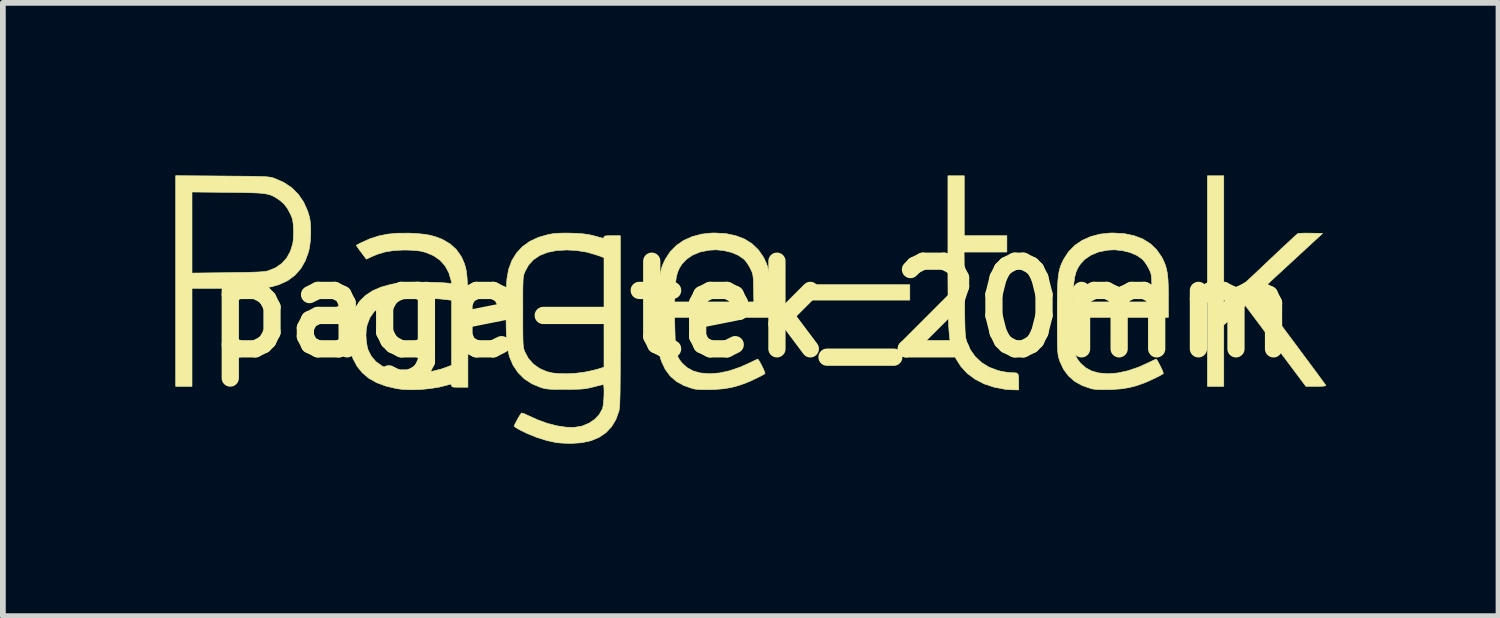
<source format=kicad_pcb>
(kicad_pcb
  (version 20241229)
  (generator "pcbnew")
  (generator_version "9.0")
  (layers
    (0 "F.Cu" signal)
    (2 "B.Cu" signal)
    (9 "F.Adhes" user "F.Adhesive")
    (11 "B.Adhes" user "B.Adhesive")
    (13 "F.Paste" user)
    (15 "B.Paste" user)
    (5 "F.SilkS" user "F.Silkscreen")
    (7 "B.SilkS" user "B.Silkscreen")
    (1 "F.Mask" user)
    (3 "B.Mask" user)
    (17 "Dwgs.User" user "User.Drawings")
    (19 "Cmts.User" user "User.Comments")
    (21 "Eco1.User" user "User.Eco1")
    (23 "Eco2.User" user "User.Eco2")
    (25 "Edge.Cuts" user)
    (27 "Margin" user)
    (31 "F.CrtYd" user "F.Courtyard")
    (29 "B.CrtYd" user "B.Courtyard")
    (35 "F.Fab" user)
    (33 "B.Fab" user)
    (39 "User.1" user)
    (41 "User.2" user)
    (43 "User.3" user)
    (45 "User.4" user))
  (footprint "page-tek_20mm"
    (layer "F.Cu")
    (at 10.026 2.327)
    (property "Reference" "page-tek_20mm" (at 0 0 0) (layer "F.SilkS") (effects (font (size 1.524 1.524) (thickness 0.3))))
    (attr through_hole)
    (fp_poly (pts (xy 2.746 -0.158) (xy 0.994 -0.158) (xy 0.994 -0.426) (xy 2.746 -0.426) (xy 2.746 -0.158)) (stroke (width 0.01) (type solid)) (fill yes) (layer "F.SilkS"))
    (fp_poly (pts (xy 8.206 -0.123) (xy 8.312 -0.218) (xy 8.373 -0.272) (xy 8.443 -0.336) (xy 8.524 -0.41) (xy 8.618 -0.497) (xy 8.727 -0.599) (xy 8.854 -0.718) (xy 8.999 -0.856) (xy 9.104 -0.955) (xy 9.194 -1.04) (xy 9.278 -1.118) (xy 9.352 -1.187) (xy 9.413 -1.244) (xy 9.459 -1.285) (xy 9.487 -1.309) (xy 9.493 -1.314) (xy 9.516 -1.319) (xy 9.564 -1.321) (xy 9.631 -1.323) (xy 9.708 -1.322) (xy 9.72 -1.322) (xy 9.925 -1.318) (xy 8.794 -0.276) (xy 8.829 -0.229) (xy 8.844 -0.208) (xy 8.877 -0.164) (xy 8.925 -0.099) (xy 8.986 -0.017) (xy 9.06 0.082) (xy 9.143 0.193) (xy 9.234 0.316) (xy 9.331 0.447) (xy 9.416 0.56) (xy 9.516 0.695) (xy 9.611 0.823) (xy 9.699 0.941) (xy 9.778 1.048) (xy 9.846 1.14) (xy 9.902 1.216) (xy 9.944 1.273) (xy 9.97 1.309) (xy 9.979 1.322) (xy 9.978 1.33) (xy 9.958 1.336) (xy 9.915 1.34) (xy 9.847 1.341) (xy 9.812 1.341) (xy 9.634 1.341) (xy 8.582 -0.062) (xy 8.206 0.274) (xy 8.206 1.341) (xy 7.922 1.341) (xy 7.922 -2.32) (xy 8.206 -2.32) (xy 8.206 -0.123)) (stroke (width 0.01) (type solid)) (fill yes) (layer "F.SilkS"))
    (fp_poly (pts (xy 3.693 -1.278) (xy 4.434 -1.278) (xy 4.434 -0.994) (xy 3.69 -0.994) (xy 3.697 -0.264) (xy 3.699 -0.092) (xy 3.7 0.052) (xy 3.702 0.17) (xy 3.704 0.266) (xy 3.706 0.342) (xy 3.709 0.402) (xy 3.713 0.449) (xy 3.717 0.486) (xy 3.723 0.516) (xy 3.729 0.541) (xy 3.735 0.561) (xy 3.798 0.704) (xy 3.885 0.827) (xy 3.994 0.929) (xy 4.125 1.009) (xy 4.277 1.066) (xy 4.339 1.081) (xy 4.407 1.093) (xy 4.473 1.102) (xy 4.521 1.105) (xy 4.575 1.106) (xy 4.609 1.113) (xy 4.628 1.132) (xy 4.637 1.169) (xy 4.639 1.229) (xy 4.64 1.264) (xy 4.64 1.404) (xy 4.549 1.402) (xy 4.489 1.4) (xy 4.435 1.396) (xy 4.411 1.394) (xy 4.214 1.357) (xy 4.037 1.298) (xy 3.881 1.217) (xy 3.746 1.117) (xy 3.635 0.996) (xy 3.553 0.868) (xy 3.53 0.822) (xy 3.509 0.777) (xy 3.491 0.732) (xy 3.475 0.685) (xy 3.462 0.633) (xy 3.45 0.574) (xy 3.44 0.506) (xy 3.432 0.428) (xy 3.425 0.336) (xy 3.42 0.229) (xy 3.416 0.105) (xy 3.413 -0.038) (xy 3.411 -0.203) (xy 3.41 -0.391) (xy 3.409 -0.606) (xy 3.409 -0.848) (xy 3.409 -1.053) (xy 3.409 -2.32) (xy 3.693 -2.32) (xy 3.693 -1.278)) (stroke (width 0.01) (type solid)) (fill yes) (layer "F.SilkS"))
    (fp_poly (pts (xy -9.212 -2.316) (xy -9.031 -2.314) (xy -8.879 -2.313) (xy -8.752 -2.312) (xy -8.649 -2.31) (xy -8.565 -2.308) (xy -8.499 -2.306) (xy -8.447 -2.303) (xy -8.407 -2.299) (xy -8.375 -2.295) (xy -8.349 -2.289) (xy -8.326 -2.283) (xy -8.304 -2.276) (xy -8.142 -2.205) (xy -8.004 -2.113) (xy -7.888 -1.998) (xy -7.795 -1.862) (xy -7.725 -1.705) (xy -7.692 -1.595) (xy -7.679 -1.511) (xy -7.673 -1.407) (xy -7.673 -1.293) (xy -7.68 -1.178) (xy -7.694 -1.074) (xy -7.709 -1.002) (xy -7.767 -0.842) (xy -7.846 -0.705) (xy -7.947 -0.591) (xy -8.07 -0.499) (xy -8.215 -0.431) (xy -8.334 -0.395) (xy -8.369 -0.387) (xy -8.405 -0.38) (xy -8.444 -0.375) (xy -8.491 -0.371) (xy -8.548 -0.368) (xy -8.619 -0.366) (xy -8.708 -0.364) (xy -8.818 -0.364) (xy -8.953 -0.363) (xy -9.102 -0.363) (xy -9.737 -0.363) (xy -9.737 1.341) (xy -10.021 1.341) (xy -10.021 -0.628) (xy -9.737 -0.628) (xy -9.117 -0.635) (xy -8.95 -0.638) (xy -8.811 -0.64) (xy -8.698 -0.643) (xy -8.608 -0.646) (xy -8.537 -0.65) (xy -8.484 -0.655) (xy -8.445 -0.66) (xy -8.419 -0.666) (xy -8.286 -0.719) (xy -8.177 -0.794) (xy -8.09 -0.89) (xy -8.025 -1.009) (xy -7.985 -1.138) (xy -7.976 -1.202) (xy -7.971 -1.286) (xy -7.971 -1.38) (xy -7.972 -1.39) (xy -7.976 -1.47) (xy -7.983 -1.53) (xy -7.994 -1.578) (xy -8.013 -1.627) (xy -8.026 -1.657) (xy -8.08 -1.756) (xy -8.139 -1.832) (xy -8.21 -1.894) (xy -8.246 -1.918) (xy -8.286 -1.944) (xy -8.324 -1.965) (xy -8.361 -1.982) (xy -8.403 -1.995) (xy -8.451 -2.006) (xy -8.51 -2.014) (xy -8.583 -2.02) (xy -8.673 -2.024) (xy -8.783 -2.027) (xy -8.918 -2.03) (xy -9.08 -2.032) (xy -9.117 -2.032) (xy -9.737 -2.038) (xy -9.737 -0.628) (xy -10.021 -0.628) (xy -10.021 -2.322) (xy -9.212 -2.316)) (stroke (width 0.01) (type solid)) (fill yes) (layer "F.SilkS"))
    (fp_poly (pts (xy -0.451 -1.314) (xy -0.28 -1.278) (xy -0.128 -1.22) (xy 0.002 -1.138) (xy 0.112 -1.033) (xy 0.199 -0.907) (xy 0.209 -0.888) (xy 0.241 -0.821) (xy 0.267 -0.756) (xy 0.286 -0.686) (xy 0.299 -0.608) (xy 0.308 -0.516) (xy 0.313 -0.405) (xy 0.315 -0.269) (xy 0.316 -0.206) (xy 0.316 0.142) (xy -1.345 0.142) (xy -1.337 0.43) (xy -1.333 0.554) (xy -1.326 0.652) (xy -1.316 0.73) (xy -1.302 0.791) (xy -1.281 0.842) (xy -1.253 0.887) (xy -1.217 0.933) (xy -1.212 0.939) (xy -1.126 1.017) (xy -1.024 1.073) (xy -0.904 1.108) (xy -0.762 1.121) (xy -0.726 1.122) (xy -0.562 1.109) (xy -0.386 1.07) (xy -0.199 1.006) (xy -0.016 0.923) (xy 0.037 0.897) (xy 0.078 0.878) (xy 0.1 0.868) (xy 0.101 0.868) (xy 0.114 0.881) (xy 0.135 0.915) (xy 0.161 0.962) (xy 0.187 1.013) (xy 0.209 1.062) (xy 0.224 1.1) (xy 0.227 1.119) (xy 0.227 1.12) (xy 0.203 1.136) (xy 0.157 1.161) (xy 0.098 1.191) (xy 0.033 1.222) (xy -0.031 1.252) (xy -0.087 1.275) (xy -0.095 1.279) (xy -0.233 1.328) (xy -0.362 1.362) (xy -0.494 1.384) (xy -0.64 1.395) (xy -0.702 1.398) (xy -0.819 1.399) (xy -0.91 1.397) (xy -0.979 1.391) (xy -1.026 1.382) (xy -1.181 1.329) (xy -1.313 1.256) (xy -1.421 1.162) (xy -1.507 1.046) (xy -1.572 0.908) (xy -1.588 0.86) (xy -1.595 0.834) (xy -1.601 0.804) (xy -1.606 0.769) (xy -1.61 0.725) (xy -1.612 0.667) (xy -1.614 0.594) (xy -1.616 0.502) (xy -1.617 0.387) (xy -1.617 0.246) (xy -1.617 0.126) (xy -1.617 -0.054) (xy -1.616 -0.126) (xy -1.346 -0.126) (xy 0.034 -0.126) (xy 0.029 -0.367) (xy 0.027 -0.459) (xy 0.024 -0.527) (xy 0.019 -0.577) (xy 0.012 -0.615) (xy 0.001 -0.649) (xy -0.016 -0.686) (xy -0.03 -0.715) (xy -0.065 -0.775) (xy -0.105 -0.832) (xy -0.14 -0.871) (xy -0.236 -0.937) (xy -0.353 -0.987) (xy -0.485 -1.019) (xy -0.622 -1.033) (xy -0.746 -1.026) (xy -0.9 -0.995) (xy -1.031 -0.941) (xy -1.14 -0.866) (xy -1.216 -0.784) (xy -1.259 -0.718) (xy -1.291 -0.646) (xy -1.314 -0.561) (xy -1.328 -0.458) (xy -1.337 -0.33) (xy -1.346 -0.126) (xy -1.616 -0.126) (xy -1.616 -0.205) (xy -1.614 -0.332) (xy -1.61 -0.438) (xy -1.604 -0.525) (xy -1.596 -0.598) (xy -1.585 -0.66) (xy -1.571 -0.715) (xy -1.554 -0.765) (xy -1.532 -0.815) (xy -1.507 -0.866) (xy -1.506 -0.868) (xy -1.422 -0.998) (xy -1.314 -1.108) (xy -1.186 -1.196) (xy -1.038 -1.262) (xy -0.872 -1.306) (xy -0.691 -1.325) (xy -0.642 -1.325) (xy -0.451 -1.314)) (stroke (width 0.01) (type solid)) (fill yes) (layer "F.SilkS"))
    (fp_poly (pts (xy 6.476 -1.314) (xy 6.648 -1.278) (xy 6.799 -1.22) (xy 6.93 -1.138) (xy 7.039 -1.033) (xy 7.127 -0.907) (xy 7.137 -0.888) (xy 7.169 -0.821) (xy 7.194 -0.756) (xy 7.213 -0.686) (xy 7.227 -0.608) (xy 7.236 -0.516) (xy 7.241 -0.405) (xy 7.243 -0.269) (xy 7.243 -0.206) (xy 7.243 0.142) (xy 5.583 0.142) (xy 5.59 0.43) (xy 5.595 0.554) (xy 5.601 0.652) (xy 5.611 0.73) (xy 5.626 0.791) (xy 5.646 0.842) (xy 5.674 0.887) (xy 5.711 0.933) (xy 5.716 0.939) (xy 5.802 1.017) (xy 5.904 1.073) (xy 6.024 1.108) (xy 6.166 1.121) (xy 6.202 1.122) (xy 6.365 1.109) (xy 6.542 1.07) (xy 6.729 1.006) (xy 6.912 0.923) (xy 6.965 0.897) (xy 7.006 0.878) (xy 7.027 0.868) (xy 7.029 0.868) (xy 7.042 0.881) (xy 7.063 0.915) (xy 7.088 0.962) (xy 7.114 1.013) (xy 7.137 1.062) (xy 7.151 1.1) (xy 7.155 1.119) (xy 7.154 1.12) (xy 7.13 1.136) (xy 7.085 1.161) (xy 7.026 1.191) (xy 6.96 1.222) (xy 6.896 1.252) (xy 6.841 1.275) (xy 6.833 1.279) (xy 6.695 1.328) (xy 6.566 1.362) (xy 6.434 1.384) (xy 6.288 1.395) (xy 6.225 1.398) (xy 6.109 1.399) (xy 6.018 1.397) (xy 5.949 1.391) (xy 5.902 1.382) (xy 5.746 1.329) (xy 5.615 1.256) (xy 5.507 1.162) (xy 5.42 1.046) (xy 5.356 0.908) (xy 5.34 0.86) (xy 5.333 0.834) (xy 5.327 0.804) (xy 5.322 0.769) (xy 5.318 0.725) (xy 5.315 0.667) (xy 5.313 0.594) (xy 5.312 0.502) (xy 5.311 0.387) (xy 5.311 0.246) (xy 5.311 0.126) (xy 5.311 -0.054) (xy 5.311 -0.126) (xy 5.582 -0.126) (xy 6.962 -0.126) (xy 6.956 -0.367) (xy 6.954 -0.459) (xy 6.952 -0.527) (xy 6.947 -0.577) (xy 6.94 -0.615) (xy 6.929 -0.649) (xy 6.912 -0.686) (xy 6.898 -0.715) (xy 6.863 -0.775) (xy 6.823 -0.832) (xy 6.788 -0.871) (xy 6.692 -0.937) (xy 6.574 -0.987) (xy 6.443 -1.019) (xy 6.305 -1.033) (xy 6.181 -1.026) (xy 6.028 -0.995) (xy 5.897 -0.941) (xy 5.788 -0.866) (xy 5.712 -0.784) (xy 5.669 -0.718) (xy 5.637 -0.646) (xy 5.614 -0.561) (xy 5.599 -0.458) (xy 5.591 -0.33) (xy 5.582 -0.126) (xy 5.311 -0.126) (xy 5.312 -0.205) (xy 5.314 -0.332) (xy 5.318 -0.438) (xy 5.324 -0.525) (xy 5.332 -0.598) (xy 5.343 -0.66) (xy 5.357 -0.715) (xy 5.374 -0.765) (xy 5.396 -0.815) (xy 5.421 -0.866) (xy 5.422 -0.868) (xy 5.506 -0.998) (xy 5.613 -1.108) (xy 5.742 -1.196) (xy 5.89 -1.262) (xy 6.055 -1.306) (xy 6.237 -1.325) (xy 6.285 -1.325) (xy 6.476 -1.314)) (stroke (width 0.01) (type solid)) (fill yes) (layer "F.SilkS"))
    (fp_poly (pts (xy -5.952 -1.322) (xy -5.81 -1.314) (xy -5.691 -1.302) (xy -5.588 -1.284) (xy -5.495 -1.257) (xy -5.402 -1.222) (xy -5.37 -1.207) (xy -5.245 -1.133) (xy -5.14 -1.037) (xy -5.059 -0.923) (xy -5.036 -0.877) (xy -5.017 -0.834) (xy -5 -0.793) (xy -4.987 -0.751) (xy -4.975 -0.707) (xy -4.966 -0.656) (xy -4.958 -0.596) (xy -4.952 -0.525) (xy -4.947 -0.44) (xy -4.944 -0.338) (xy -4.942 -0.217) (xy -4.94 -0.074) (xy -4.94 0.093) (xy -4.939 0.288) (xy -4.939 0.42) (xy -4.939 1.357) (xy -5.081 1.357) (xy -5.149 1.357) (xy -5.191 1.354) (xy -5.213 1.348) (xy -5.222 1.338) (xy -5.223 1.327) (xy -5.226 1.31) (xy -5.237 1.305) (xy -5.266 1.31) (xy -5.298 1.32) (xy -5.442 1.356) (xy -5.602 1.381) (xy -5.769 1.397) (xy -5.933 1.401) (xy -6.084 1.394) (xy -6.173 1.382) (xy -6.362 1.338) (xy -6.525 1.278) (xy -6.662 1.201) (xy -6.776 1.105) (xy -6.868 0.991) (xy -6.939 0.856) (xy -6.961 0.797) (xy -6.976 0.748) (xy -6.987 0.703) (xy -6.993 0.654) (xy -6.997 0.592) (xy -6.998 0.511) (xy -6.998 0.458) (xy -6.998 0.455) (xy -6.712 0.455) (xy -6.705 0.562) (xy -6.688 0.661) (xy -6.674 0.71) (xy -6.619 0.819) (xy -6.538 0.913) (xy -6.431 0.989) (xy -6.302 1.048) (xy -6.151 1.088) (xy -6.038 1.104) (xy -5.978 1.11) (xy -5.931 1.115) (xy -5.904 1.117) (xy -5.902 1.118) (xy -5.884 1.117) (xy -5.842 1.114) (xy -5.782 1.109) (xy -5.74 1.105) (xy -5.556 1.079) (xy -5.395 1.039) (xy -5.306 1.007) (xy -5.223 0.975) (xy -5.223 -0.155) (xy -5.298 -0.165) (xy -5.42 -0.178) (xy -5.555 -0.186) (xy -5.696 -0.19) (xy -5.836 -0.19) (xy -5.969 -0.185) (xy -6.086 -0.176) (xy -6.181 -0.162) (xy -6.206 -0.157) (xy -6.352 -0.11) (xy -6.473 -0.043) (xy -6.571 0.044) (xy -6.644 0.149) (xy -6.691 0.272) (xy -6.707 0.356) (xy -6.712 0.455) (xy -6.998 0.455) (xy -6.998 0.362) (xy -6.995 0.29) (xy -6.99 0.234) (xy -6.981 0.187) (xy -6.967 0.139) (xy -6.96 0.118) (xy -6.901 -0.02) (xy -6.822 -0.138) (xy -6.722 -0.237) (xy -6.599 -0.319) (xy -6.452 -0.383) (xy -6.28 -0.431) (xy -6.124 -0.459) (xy -6.071 -0.464) (xy -5.996 -0.467) (xy -5.904 -0.469) (xy -5.801 -0.47) (xy -5.693 -0.469) (xy -5.585 -0.468) (xy -5.483 -0.465) (xy -5.393 -0.461) (xy -5.32 -0.456) (xy -5.27 -0.451) (xy -5.257 -0.448) (xy -5.233 -0.443) (xy -5.224 -0.452) (xy -5.228 -0.483) (xy -5.23 -0.497) (xy -5.271 -0.635) (xy -5.336 -0.754) (xy -5.425 -0.853) (xy -5.537 -0.931) (xy -5.671 -0.987) (xy -5.76 -1.01) (xy -5.818 -1.017) (xy -5.896 -1.024) (xy -5.984 -1.028) (xy -6.06 -1.029) (xy -6.228 -1.02) (xy -6.378 -0.996) (xy -6.517 -0.954) (xy -6.607 -0.916) (xy -6.705 -0.87) (xy -6.794 -0.989) (xy -6.832 -1.04) (xy -6.861 -1.082) (xy -6.876 -1.107) (xy -6.878 -1.112) (xy -6.862 -1.121) (xy -6.826 -1.14) (xy -6.791 -1.158) (xy -6.641 -1.225) (xy -6.492 -1.273) (xy -6.336 -1.305) (xy -6.168 -1.321) (xy -5.978 -1.322) (xy -5.952 -1.322)) (stroke (width 0.01) (type solid)) (fill yes) (layer "F.SilkS"))
    (fp_poly (pts (xy -3.117 -1.321) (xy -3.015 -1.317) (xy -2.931 -1.31) (xy -2.857 -1.3) (xy -2.781 -1.285) (xy -2.694 -1.262) (xy -2.608 -1.238) (xy -2.58 -1.235) (xy -2.572 -1.253) (xy -2.568 -1.265) (xy -2.551 -1.273) (xy -2.515 -1.277) (xy -2.456 -1.278) (xy -2.43 -1.278) (xy -2.288 -1.278) (xy -2.288 0.199) (xy -2.288 0.452) (xy -2.288 0.676) (xy -2.289 0.872) (xy -2.289 1.042) (xy -2.29 1.189) (xy -2.291 1.313) (xy -2.292 1.418) (xy -2.294 1.506) (xy -2.296 1.577) (xy -2.298 1.634) (xy -2.3 1.68) (xy -2.304 1.715) (xy -2.307 1.743) (xy -2.311 1.764) (xy -2.313 1.772) (xy -2.365 1.919) (xy -2.441 2.044) (xy -2.538 2.147) (xy -2.657 2.228) (xy -2.798 2.287) (xy -2.958 2.322) (xy -3.139 2.334) (xy -3.155 2.334) (xy -3.234 2.332) (xy -3.311 2.328) (xy -3.375 2.323) (xy -3.401 2.32) (xy -3.563 2.285) (xy -3.737 2.231) (xy -3.912 2.16) (xy -4.028 2.103) (xy -4.079 2.075) (xy -4.116 2.051) (xy -4.134 2.036) (xy -4.135 2.034) (xy -4.127 2.013) (xy -4.108 1.974) (xy -4.082 1.925) (xy -4.054 1.876) (xy -4.028 1.834) (xy -4.011 1.809) (xy -4.008 1.806) (xy -3.987 1.809) (xy -3.948 1.823) (xy -3.899 1.846) (xy -3.724 1.925) (xy -3.552 1.987) (xy -3.387 2.029) (xy -3.232 2.052) (xy -3.091 2.055) (xy -2.968 2.036) (xy -2.947 2.03) (xy -2.831 1.982) (xy -2.732 1.914) (xy -2.654 1.831) (xy -2.602 1.737) (xy -2.597 1.723) (xy -2.588 1.684) (xy -2.581 1.627) (xy -2.575 1.56) (xy -2.572 1.49) (xy -2.571 1.422) (xy -2.573 1.365) (xy -2.577 1.325) (xy -2.584 1.31) (xy -2.584 1.31) (xy -2.604 1.314) (xy -2.647 1.324) (xy -2.706 1.339) (xy -2.754 1.351) (xy -2.811 1.365) (xy -2.862 1.376) (xy -2.913 1.384) (xy -2.97 1.389) (xy -3.04 1.392) (xy -3.13 1.394) (xy -3.235 1.395) (xy -3.347 1.395) (xy -3.432 1.394) (xy -3.498 1.392) (xy -3.549 1.388) (xy -3.591 1.382) (xy -3.631 1.373) (xy -3.672 1.361) (xy -3.675 1.36) (xy -3.826 1.297) (xy -3.958 1.211) (xy -4.067 1.102) (xy -4.154 0.973) (xy -4.217 0.825) (xy -4.255 0.659) (xy -4.26 0.614) (xy -4.266 0.54) (xy -4.27 0.441) (xy -4.273 0.323) (xy -4.275 0.192) (xy -4.276 0.055) (xy -4.275 -0.043) (xy -3.984 -0.043) (xy -3.984 0.047) (xy -3.984 0.202) (xy -3.984 0.328) (xy -3.983 0.43) (xy -3.982 0.51) (xy -3.98 0.573) (xy -3.977 0.62) (xy -3.973 0.657) (xy -3.968 0.685) (xy -3.961 0.709) (xy -3.953 0.732) (xy -3.948 0.745) (xy -3.886 0.859) (xy -3.798 0.956) (xy -3.689 1.033) (xy -3.564 1.087) (xy -3.47 1.109) (xy -3.353 1.121) (xy -3.22 1.123) (xy -3.078 1.116) (xy -2.936 1.099) (xy -2.919 1.096) (xy -2.84 1.081) (xy -2.755 1.062) (xy -2.684 1.043) (xy -2.679 1.042) (xy -2.572 1.009) (xy -2.572 -0.896) (xy -2.681 -0.936) (xy -2.863 -0.991) (xy -3.051 -1.021) (xy -3.219 -1.03) (xy -3.398 -1.02) (xy -3.554 -0.988) (xy -3.687 -0.936) (xy -3.797 -0.862) (xy -3.884 -0.768) (xy -3.947 -0.653) (xy -3.948 -0.65) (xy -3.957 -0.627) (xy -3.965 -0.604) (xy -3.971 -0.578) (xy -3.976 -0.547) (xy -3.979 -0.506) (xy -3.981 -0.452) (xy -3.983 -0.383) (xy -3.984 -0.293) (xy -3.984 -0.181) (xy -3.984 -0.043) (xy -4.275 -0.043) (xy -4.275 -0.084) (xy -4.274 -0.216) (xy -4.271 -0.337) (xy -4.267 -0.44) (xy -4.261 -0.518) (xy -4.261 -0.524) (xy -4.231 -0.693) (xy -4.175 -0.844) (xy -4.094 -0.976) (xy -3.99 -1.088) (xy -3.862 -1.18) (xy -3.711 -1.25) (xy -3.538 -1.299) (xy -3.471 -1.311) (xy -3.396 -1.319) (xy -3.296 -1.323) (xy -3.181 -1.323) (xy -3.117 -1.321)) (stroke (width 0.01) (type solid)) (fill yes) (layer "F.SilkS")))
  (gr_rect
    (start -3 -3)
    (end 23.01 7.665)
    (stroke (width 0.1) (type default))
    (fill no)
    (layer "Edge.Cuts")))
</source>
